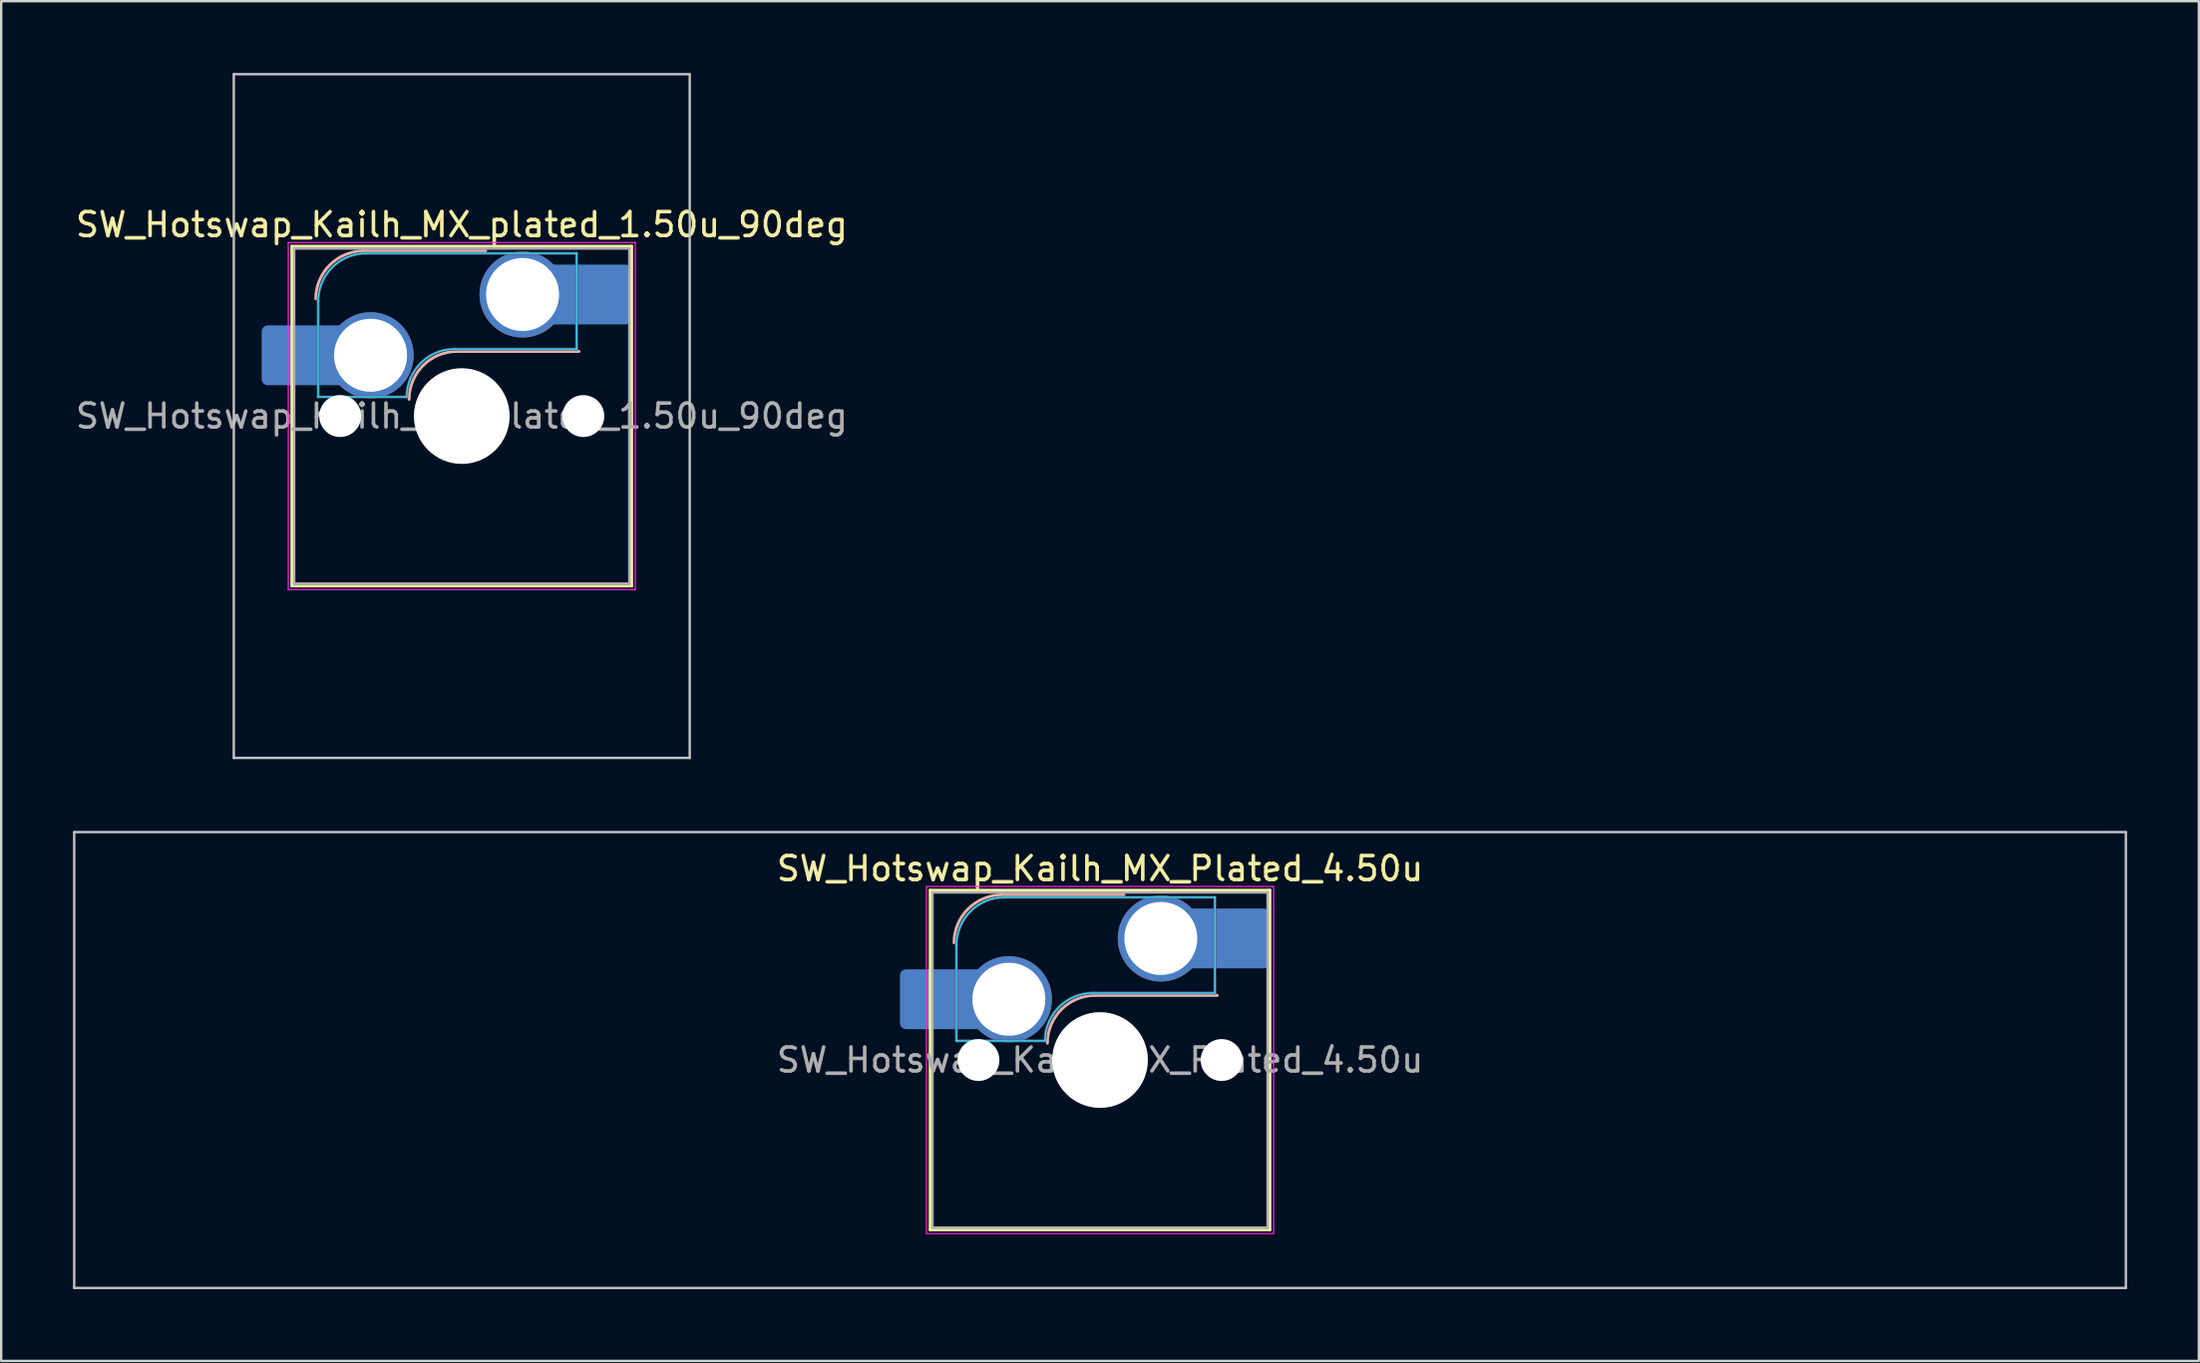
<source format=kicad_pcb>
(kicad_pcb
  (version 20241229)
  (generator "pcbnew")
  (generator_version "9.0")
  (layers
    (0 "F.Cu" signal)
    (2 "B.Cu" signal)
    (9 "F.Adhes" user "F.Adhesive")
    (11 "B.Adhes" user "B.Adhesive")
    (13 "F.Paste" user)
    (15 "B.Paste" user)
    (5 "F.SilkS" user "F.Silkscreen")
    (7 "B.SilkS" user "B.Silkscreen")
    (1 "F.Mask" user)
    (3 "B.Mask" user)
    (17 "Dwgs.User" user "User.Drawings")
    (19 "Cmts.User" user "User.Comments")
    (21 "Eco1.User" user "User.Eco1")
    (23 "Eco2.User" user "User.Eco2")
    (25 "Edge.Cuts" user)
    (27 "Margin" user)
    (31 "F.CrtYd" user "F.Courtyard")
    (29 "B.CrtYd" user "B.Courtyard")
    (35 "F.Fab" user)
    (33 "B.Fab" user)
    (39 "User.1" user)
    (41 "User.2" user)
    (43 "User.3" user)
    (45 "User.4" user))
  (footprint "SW_Hotswap_Kailh_MX_Plated_4.50u"
    (layer "F.Cu")
    (at 42.913 41.25)
    (property "Reference" "SW_Hotswap_Kailh_MX_Plated_4.50u" (at 0 -8 0) (layer "F.SilkS") (effects (font (size 1 1) (thickness 0.15))))
    (attr smd)
    (fp_line (start -7.1 -7.1) (end -7.1 7.1) (stroke (width 0.12) (type solid)) (layer "F.SilkS"))
    (fp_line (start -7.1 7.1) (end 7.1 7.1) (stroke (width 0.12) (type solid)) (layer "F.SilkS"))
    (fp_line (start 7.1 -7.1) (end -7.1 -7.1) (stroke (width 0.12) (type solid)) (layer "F.SilkS"))
    (fp_line (start 7.1 7.1) (end 7.1 -7.1) (stroke (width 0.12) (type solid)) (layer "F.SilkS"))
    (fp_line (start -4.1 -6.9) (end 1 -6.9) (stroke (width 0.12) (type solid)) (layer "B.SilkS"))
    (fp_line (start -0.2 -2.7) (end 4.9 -2.7) (stroke (width 0.12) (type solid)) (layer "B.SilkS"))
    (fp_arc (start -6.1 -4.9) (mid -5.514214 -6.314214) (end -4.1 -6.9) (stroke (width 0.12) (type solid)) (layer "B.SilkS"))
    (fp_arc (start -2.2 -0.7) (mid -1.614214 -2.114214) (end -0.2 -2.7) (stroke (width 0.12) (type solid)) (layer "B.SilkS"))
    (fp_line (start -42.862 -9.525) (end -42.862 9.525) (stroke (width 0.1) (type solid)) (layer "Dwgs.User"))
    (fp_line (start -42.862 9.525) (end 42.862 9.525) (stroke (width 0.1) (type solid)) (layer "Dwgs.User"))
    (fp_line (start 42.862 -9.525) (end -42.862 -9.525) (stroke (width 0.1) (type solid)) (layer "Dwgs.User"))
    (fp_line (start 42.862 9.525) (end 42.862 -9.525) (stroke (width 0.1) (type solid)) (layer "Dwgs.User"))
    (fp_line (start -7.8 -6) (end -7 -6) (stroke (width 0.1) (type solid)) (layer "Eco1.User"))
    (fp_line (start -7.8 -2.9) (end -7.8 -6) (stroke (width 0.1) (type solid)) (layer "Eco1.User"))
    (fp_line (start -7.8 2.9) (end -7 2.9) (stroke (width 0.1) (type solid)) (layer "Eco1.User"))
    (fp_line (start -7.8 6) (end -7.8 2.9) (stroke (width 0.1) (type solid)) (layer "Eco1.User"))
    (fp_line (start -7 -7) (end 7 -7) (stroke (width 0.1) (type solid)) (layer "Eco1.User"))
    (fp_line (start -7 -6) (end -7 -7) (stroke (width 0.1) (type solid)) (layer "Eco1.User"))
    (fp_line (start -7 -2.9) (end -7.8 -2.9) (stroke (width 0.1) (type solid)) (layer "Eco1.User"))
    (fp_line (start -7 2.9) (end -7 -2.9) (stroke (width 0.1) (type solid)) (layer "Eco1.User"))
    (fp_line (start -7 6) (end -7.8 6) (stroke (width 0.1) (type solid)) (layer "Eco1.User"))
    (fp_line (start -7 7) (end -7 6) (stroke (width 0.1) (type solid)) (layer "Eco1.User"))
    (fp_line (start 7 -7) (end 7 -6) (stroke (width 0.1) (type solid)) (layer "Eco1.User"))
    (fp_line (start 7 -6) (end 7.8 -6) (stroke (width 0.1) (type solid)) (layer "Eco1.User"))
    (fp_line (start 7 -2.9) (end 7 2.9) (stroke (width 0.1) (type solid)) (layer "Eco1.User"))
    (fp_line (start 7 2.9) (end 7.8 2.9) (stroke (width 0.1) (type solid)) (layer "Eco1.User"))
    (fp_line (start 7 6) (end 7 7) (stroke (width 0.1) (type solid)) (layer "Eco1.User"))
    (fp_line (start 7 7) (end -7 7) (stroke (width 0.1) (type solid)) (layer "Eco1.User"))
    (fp_line (start 7.8 -6) (end 7.8 -2.9) (stroke (width 0.1) (type solid)) (layer "Eco1.User"))
    (fp_line (start 7.8 -2.9) (end 7 -2.9) (stroke (width 0.1) (type solid)) (layer "Eco1.User"))
    (fp_line (start 7.8 2.9) (end 7.8 6) (stroke (width 0.1) (type solid)) (layer "Eco1.User"))
    (fp_line (start 7.8 6) (end 7 6) (stroke (width 0.1) (type solid)) (layer "Eco1.User"))
    (fp_line (start -6 -0.8) (end -6 -4.8) (stroke (width 0.05) (type solid)) (layer "B.CrtYd"))
    (fp_line (start -6 -0.8) (end -2.3 -0.8) (stroke (width 0.05) (type solid)) (layer "B.CrtYd"))
    (fp_line (start -4 -6.8) (end 4.8 -6.8) (stroke (width 0.05) (type solid)) (layer "B.CrtYd"))
    (fp_line (start -0.3 -2.8) (end 4.8 -2.8) (stroke (width 0.05) (type solid)) (layer "B.CrtYd"))
    (fp_line (start 4.8 -6.8) (end 4.8 -2.8) (stroke (width 0.05) (type solid)) (layer "B.CrtYd"))
    (fp_arc (start -6 -4.8) (mid -5.414214 -6.214214) (end -4 -6.8) (stroke (width 0.05) (type solid)) (layer "B.CrtYd"))
    (fp_arc (start -2.3 -0.8) (mid -1.714214 -2.214214) (end -0.3 -2.8) (stroke (width 0.05) (type solid)) (layer "B.CrtYd"))
    (fp_line (start -7.25 -7.25) (end -7.25 7.25) (stroke (width 0.05) (type solid)) (layer "F.CrtYd"))
    (fp_line (start -7.25 7.25) (end 7.25 7.25) (stroke (width 0.05) (type solid)) (layer "F.CrtYd"))
    (fp_line (start 7.25 -7.25) (end -7.25 -7.25) (stroke (width 0.05) (type solid)) (layer "F.CrtYd"))
    (fp_line (start 7.25 7.25) (end 7.25 -7.25) (stroke (width 0.05) (type solid)) (layer "F.CrtYd"))
    (fp_line (start -6 -0.8) (end -6 -4.8) (stroke (width 0.12) (type solid)) (layer "B.Fab"))
    (fp_line (start -6 -0.8) (end -2.3 -0.8) (stroke (width 0.12) (type solid)) (layer "B.Fab"))
    (fp_line (start -4 -6.8) (end 4.8 -6.8) (stroke (width 0.12) (type solid)) (layer "B.Fab"))
    (fp_line (start -0.3 -2.8) (end 4.8 -2.8) (stroke (width 0.12) (type solid)) (layer "B.Fab"))
    (fp_line (start 4.8 -6.8) (end 4.8 -2.8) (stroke (width 0.12) (type solid)) (layer "B.Fab"))
    (fp_arc (start -6 -4.8) (mid -5.414214 -6.214214) (end -4 -6.8) (stroke (width 0.12) (type solid)) (layer "B.Fab"))
    (fp_arc (start -2.3 -0.8) (mid -1.714214 -2.214214) (end -0.3 -2.8) (stroke (width 0.12) (type solid)) (layer "B.Fab"))
    (fp_line (start -7 -7) (end -7 7) (stroke (width 0.1) (type solid)) (layer "F.Fab"))
    (fp_line (start -7 7) (end 7 7) (stroke (width 0.1) (type solid)) (layer "F.Fab"))
    (fp_line (start 7 -7) (end -7 -7) (stroke (width 0.1) (type solid)) (layer "F.Fab"))
    (fp_line (start 7 7) (end 7 -7) (stroke (width 0.1) (type solid)) (layer "F.Fab"))
    (fp_text user "${REFERENCE}" (at 0 0 0) (layer "F.Fab") (effects (font (size 1 1) (thickness 0.15))))
    (pad "" smd roundrect (at -7.085 -2.54) (size 2.55 2.5) (layers "B.Mask" "B.Paste") (roundrect_rratio 0.1))
    (pad "" np_thru_hole circle (at -5.08 0) (size 1.75 1.75) (drill 1.75) (layers "*.Cu" "*.Mask"))
    (pad "" np_thru_hole circle (at 0 0) (size 4 4) (drill 4) (layers "*.Cu" "*.Mask"))
    (pad "" np_thru_hole circle (at 5.08 0) (size 1.75 1.75) (drill 1.75) (layers "*.Cu" "*.Mask"))
    (pad "" smd roundrect (at 5.842 -5.08) (size 2.55 2.5) (layers "B.Mask" "B.Paste") (roundrect_rratio 0.1))
    (pad "1" smd roundrect (at -6.585 -2.54) (size 3.55 2.5) (layers "B.Cu") (roundrect_rratio 0.1))
    (pad "1" thru_hole circle (at -3.81 -2.54) (size 3.6 3.6) (drill 3.05) (layers "*.Cu" "*.Mask"))
    (pad "2" thru_hole circle (at 2.54 -5.08) (size 3.6 3.6) (drill 3.05) (layers "*.Cu" "*.Mask"))
    (pad "2" smd roundrect (at 5.32 -5.08) (size 3.55 2.5) (layers "B.Cu") (roundrect_rratio 0.1)))
  (footprint "SW_Hotswap_Kailh_MX_plated_1.50u_90deg"
    (layer "F.Cu")
    (at 16.244 14.338)
    (property "Reference" "SW_Hotswap_Kailh_MX_plated_1.50u_90deg" (at 0 -8 0) (layer "F.SilkS") (effects (font (size 1 1) (thickness 0.15))))
    (attr smd)
    (fp_line (start -7.1 -7.1) (end -7.1 7.1) (stroke (width 0.12) (type solid)) (layer "F.SilkS"))
    (fp_line (start -7.1 7.1) (end 7.1 7.1) (stroke (width 0.12) (type solid)) (layer "F.SilkS"))
    (fp_line (start 7.1 -7.1) (end -7.1 -7.1) (stroke (width 0.12) (type solid)) (layer "F.SilkS"))
    (fp_line (start 7.1 7.1) (end 7.1 -7.1) (stroke (width 0.12) (type solid)) (layer "F.SilkS"))
    (fp_line (start -4.1 -6.9) (end 1 -6.9) (stroke (width 0.12) (type solid)) (layer "B.SilkS"))
    (fp_line (start -0.2 -2.7) (end 4.9 -2.7) (stroke (width 0.12) (type solid)) (layer "B.SilkS"))
    (fp_arc (start -6.1 -4.9) (mid -5.514214 -6.314214) (end -4.1 -6.9) (stroke (width 0.12) (type solid)) (layer "B.SilkS"))
    (fp_arc (start -2.2 -0.7) (mid -1.614214 -2.114214) (end -0.2 -2.7) (stroke (width 0.12) (type solid)) (layer "B.SilkS"))
    (fp_line (start -9.525 -14.287) (end 9.525 -14.287) (stroke (width 0.1) (type solid)) (layer "Dwgs.User"))
    (fp_line (start -9.525 14.287) (end -9.525 -14.287) (stroke (width 0.1) (type solid)) (layer "Dwgs.User"))
    (fp_line (start 9.525 -14.287) (end 9.525 14.287) (stroke (width 0.1) (type solid)) (layer "Dwgs.User"))
    (fp_line (start 9.525 14.287) (end -9.525 14.287) (stroke (width 0.1) (type solid)) (layer "Dwgs.User"))
    (fp_line (start -7.8 -6) (end -7 -6) (stroke (width 0.1) (type solid)) (layer "Eco1.User"))
    (fp_line (start -7.8 -2.9) (end -7.8 -6) (stroke (width 0.1) (type solid)) (layer "Eco1.User"))
    (fp_line (start -7.8 2.9) (end -7 2.9) (stroke (width 0.1) (type solid)) (layer "Eco1.User"))
    (fp_line (start -7.8 6) (end -7.8 2.9) (stroke (width 0.1) (type solid)) (layer "Eco1.User"))
    (fp_line (start -7 -7) (end 7 -7) (stroke (width 0.1) (type solid)) (layer "Eco1.User"))
    (fp_line (start -7 -6) (end -7 -7) (stroke (width 0.1) (type solid)) (layer "Eco1.User"))
    (fp_line (start -7 -2.9) (end -7.8 -2.9) (stroke (width 0.1) (type solid)) (layer "Eco1.User"))
    (fp_line (start -7 2.9) (end -7 -2.9) (stroke (width 0.1) (type solid)) (layer "Eco1.User"))
    (fp_line (start -7 6) (end -7.8 6) (stroke (width 0.1) (type solid)) (layer "Eco1.User"))
    (fp_line (start -7 7) (end -7 6) (stroke (width 0.1) (type solid)) (layer "Eco1.User"))
    (fp_line (start 7 -7) (end 7 -6) (stroke (width 0.1) (type solid)) (layer "Eco1.User"))
    (fp_line (start 7 -6) (end 7.8 -6) (stroke (width 0.1) (type solid)) (layer "Eco1.User"))
    (fp_line (start 7 -2.9) (end 7 2.9) (stroke (width 0.1) (type solid)) (layer "Eco1.User"))
    (fp_line (start 7 2.9) (end 7.8 2.9) (stroke (width 0.1) (type solid)) (layer "Eco1.User"))
    (fp_line (start 7 6) (end 7 7) (stroke (width 0.1) (type solid)) (layer "Eco1.User"))
    (fp_line (start 7 7) (end -7 7) (stroke (width 0.1) (type solid)) (layer "Eco1.User"))
    (fp_line (start 7.8 -6) (end 7.8 -2.9) (stroke (width 0.1) (type solid)) (layer "Eco1.User"))
    (fp_line (start 7.8 -2.9) (end 7 -2.9) (stroke (width 0.1) (type solid)) (layer "Eco1.User"))
    (fp_line (start 7.8 2.9) (end 7.8 6) (stroke (width 0.1) (type solid)) (layer "Eco1.User"))
    (fp_line (start 7.8 6) (end 7 6) (stroke (width 0.1) (type solid)) (layer "Eco1.User"))
    (fp_line (start -6 -0.8) (end -6 -4.8) (stroke (width 0.05) (type solid)) (layer "B.CrtYd"))
    (fp_line (start -6 -0.8) (end -2.3 -0.8) (stroke (width 0.05) (type solid)) (layer "B.CrtYd"))
    (fp_line (start -4 -6.8) (end 4.8 -6.8) (stroke (width 0.05) (type solid)) (layer "B.CrtYd"))
    (fp_line (start -0.3 -2.8) (end 4.8 -2.8) (stroke (width 0.05) (type solid)) (layer "B.CrtYd"))
    (fp_line (start 4.8 -6.8) (end 4.8 -2.8) (stroke (width 0.05) (type solid)) (layer "B.CrtYd"))
    (fp_arc (start -6 -4.8) (mid -5.414214 -6.214214) (end -4 -6.8) (stroke (width 0.05) (type solid)) (layer "B.CrtYd"))
    (fp_arc (start -2.3 -0.8) (mid -1.714214 -2.214214) (end -0.3 -2.8) (stroke (width 0.05) (type solid)) (layer "B.CrtYd"))
    (fp_line (start -7.25 -7.25) (end -7.25 7.25) (stroke (width 0.05) (type solid)) (layer "F.CrtYd"))
    (fp_line (start -7.25 7.25) (end 7.25 7.25) (stroke (width 0.05) (type solid)) (layer "F.CrtYd"))
    (fp_line (start 7.25 -7.25) (end -7.25 -7.25) (stroke (width 0.05) (type solid)) (layer "F.CrtYd"))
    (fp_line (start 7.25 7.25) (end 7.25 -7.25) (stroke (width 0.05) (type solid)) (layer "F.CrtYd"))
    (fp_line (start -6 -0.8) (end -6 -4.8) (stroke (width 0.12) (type solid)) (layer "B.Fab"))
    (fp_line (start -6 -0.8) (end -2.3 -0.8) (stroke (width 0.12) (type solid)) (layer "B.Fab"))
    (fp_line (start -4 -6.8) (end 4.8 -6.8) (stroke (width 0.12) (type solid)) (layer "B.Fab"))
    (fp_line (start -0.3 -2.8) (end 4.8 -2.8) (stroke (width 0.12) (type solid)) (layer "B.Fab"))
    (fp_line (start 4.8 -6.8) (end 4.8 -2.8) (stroke (width 0.12) (type solid)) (layer "B.Fab"))
    (fp_arc (start -6 -4.8) (mid -5.414214 -6.214214) (end -4 -6.8) (stroke (width 0.12) (type solid)) (layer "B.Fab"))
    (fp_arc (start -2.3 -0.8) (mid -1.714214 -2.214214) (end -0.3 -2.8) (stroke (width 0.12) (type solid)) (layer "B.Fab"))
    (fp_line (start -7 -7) (end -7 7) (stroke (width 0.1) (type solid)) (layer "F.Fab"))
    (fp_line (start -7 7) (end 7 7) (stroke (width 0.1) (type solid)) (layer "F.Fab"))
    (fp_line (start 7 -7) (end -7 -7) (stroke (width 0.1) (type solid)) (layer "F.Fab"))
    (fp_line (start 7 7) (end 7 -7) (stroke (width 0.1) (type solid)) (layer "F.Fab"))
    (fp_text user "${REFERENCE}" (at 0 0 0) (layer "F.Fab") (effects (font (size 1 1) (thickness 0.15))))
    (pad "" smd roundrect (at -7.085 -2.54) (size 2.55 2.5) (layers "B.Mask" "B.Paste") (roundrect_rratio 0.1))
    (pad "" np_thru_hole circle (at -5.08 0) (size 1.75 1.75) (drill 1.75) (layers "*.Cu" "*.Mask"))
    (pad "" np_thru_hole circle (at 0 0) (size 4 4) (drill 4) (layers "*.Cu" "*.Mask"))
    (pad "" np_thru_hole circle (at 5.08 0) (size 1.75 1.75) (drill 1.75) (layers "*.Cu" "*.Mask"))
    (pad "" smd roundrect (at 5.842 -5.08) (size 2.55 2.5) (layers "B.Mask" "B.Paste") (roundrect_rratio 0.1))
    (pad "1" smd roundrect (at -6.585 -2.54) (size 3.55 2.5) (layers "B.Cu") (roundrect_rratio 0.1))
    (pad "1" thru_hole circle (at -3.81 -2.54) (size 3.6 3.6) (drill 3.05) (layers "*.Cu" "B.Mask"))
    (pad "2" thru_hole circle (at 2.54 -5.08) (size 3.6 3.6) (drill 3.05) (layers "*.Cu" "B.Mask"))
    (pad "2" smd roundrect (at 5.32 -5.08) (size 3.55 2.5) (layers "B.Cu") (roundrect_rratio 0.1)))
  (gr_rect
    (start -3 -3)
    (end 88.825 53.825)
    (stroke (width 0.1) (type default))
    (fill no)
    (layer "Edge.Cuts")))
</source>
